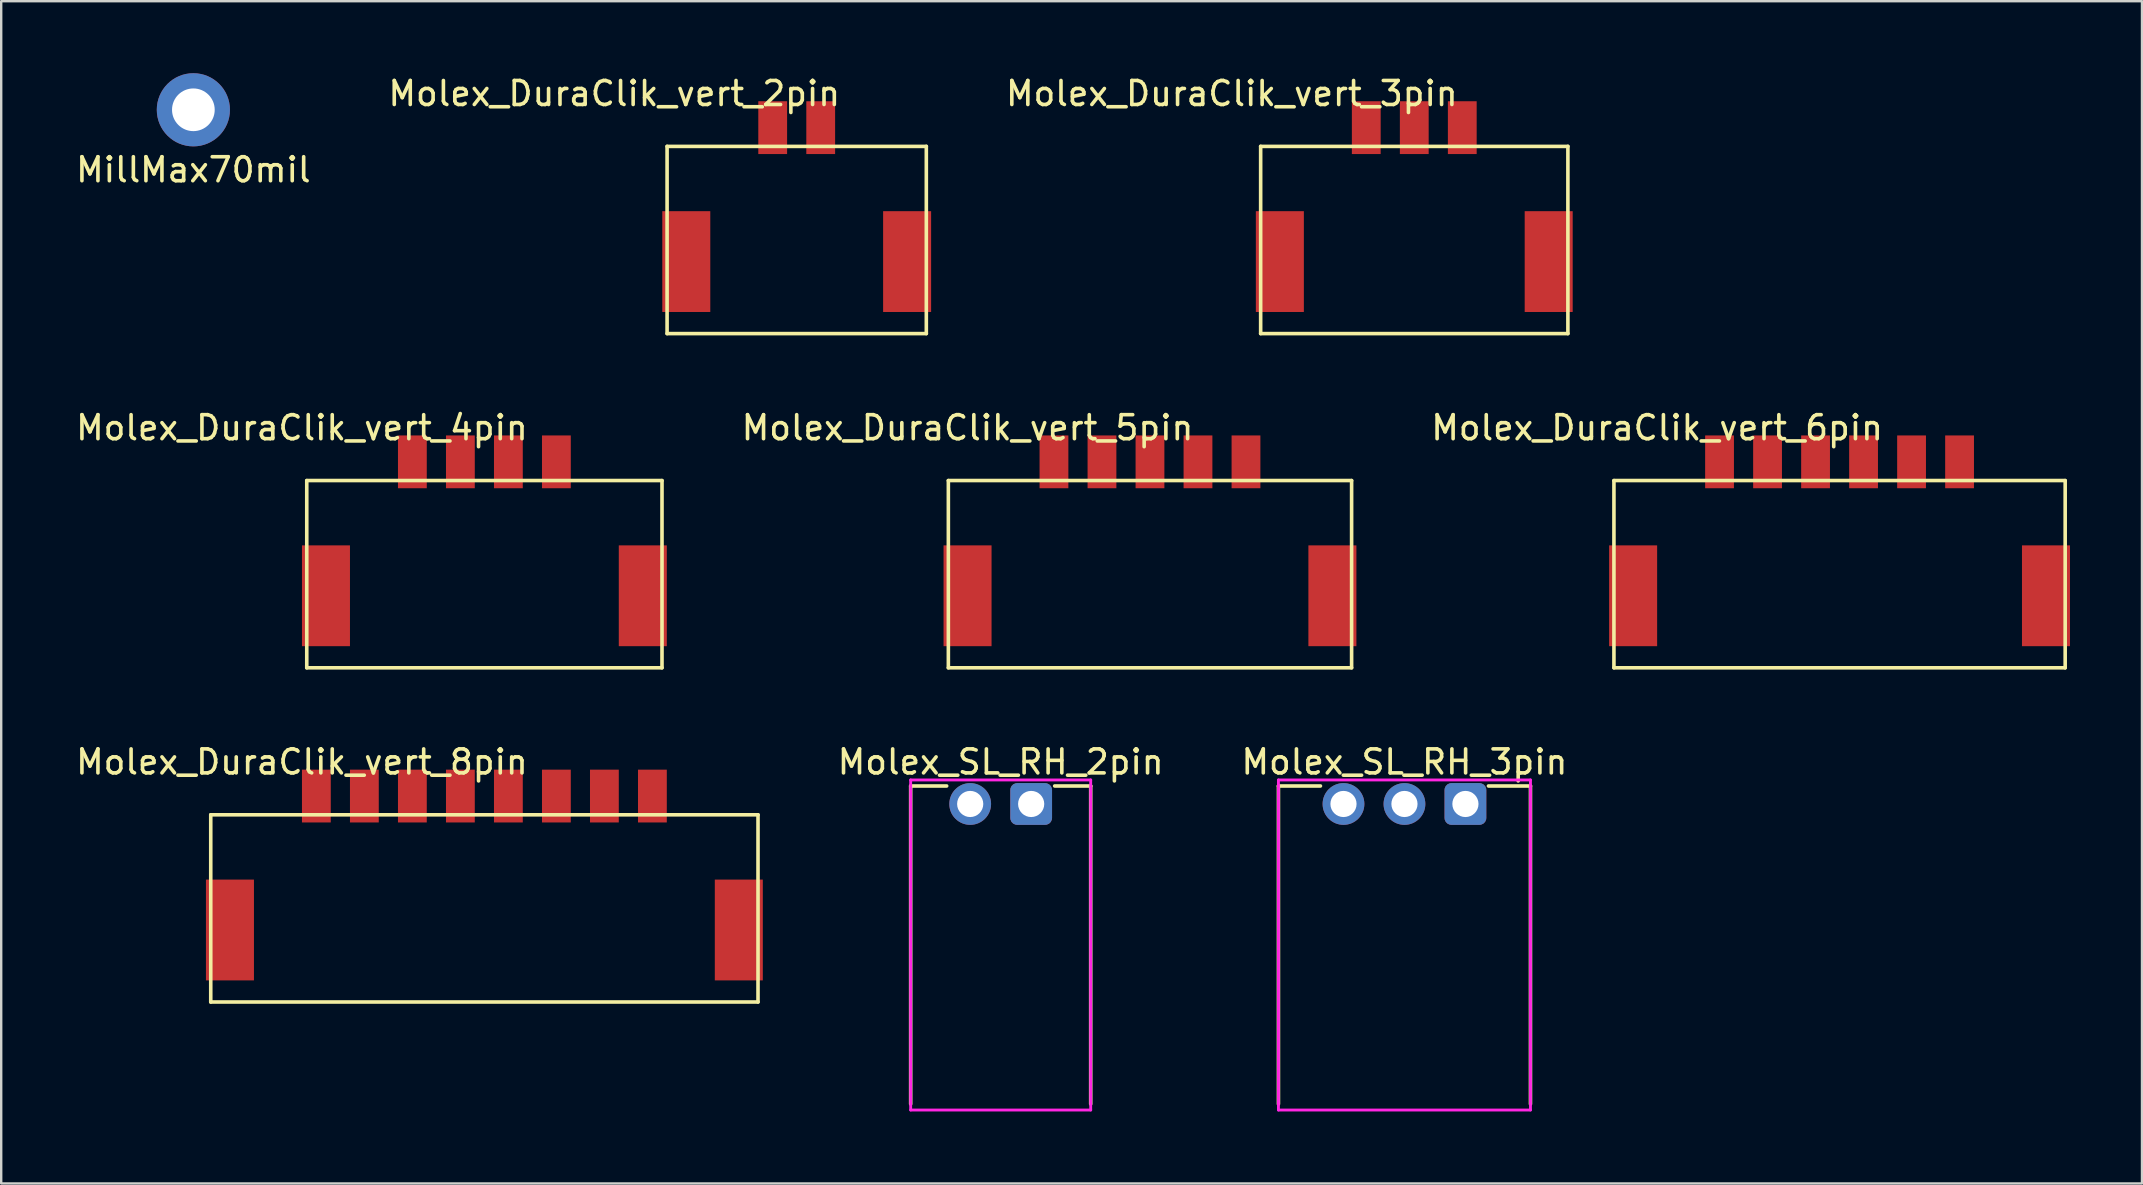
<source format=kicad_pcb>
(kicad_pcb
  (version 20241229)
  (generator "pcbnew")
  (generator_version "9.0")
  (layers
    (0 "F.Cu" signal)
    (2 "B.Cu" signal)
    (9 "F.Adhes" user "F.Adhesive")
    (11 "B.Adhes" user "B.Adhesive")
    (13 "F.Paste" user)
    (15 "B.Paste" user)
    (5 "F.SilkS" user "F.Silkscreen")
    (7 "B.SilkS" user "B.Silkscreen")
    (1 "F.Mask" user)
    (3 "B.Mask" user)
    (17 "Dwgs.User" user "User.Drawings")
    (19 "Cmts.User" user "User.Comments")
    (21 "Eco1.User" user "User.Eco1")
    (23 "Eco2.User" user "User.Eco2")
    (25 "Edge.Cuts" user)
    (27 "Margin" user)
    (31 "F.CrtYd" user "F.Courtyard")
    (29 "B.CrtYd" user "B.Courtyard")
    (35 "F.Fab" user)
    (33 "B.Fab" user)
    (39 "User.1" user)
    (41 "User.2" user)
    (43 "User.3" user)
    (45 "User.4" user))
  (footprint "MillMax70mil"
    (layer "F.Cu")
    (at 5.006 1.524)
    (property "Reference" "MillMax70mil" (at 0 2.5 0) (layer "F.SilkS") (effects (font (size 1 1) (thickness 0.15))))
    (attr through_hole)
    (pad "1" thru_hole circle (at 0 0) (size 3.048 3.048) (drill 1.778) (layers "*.Cu" "*.Mask")))
  (footprint "Molex_SL_RH_2pin"
    (layer "F.Cu")
    (at 38.64 30.445)
    (property "Reference" "Molex_SL_RH_2pin" (at 0 -1.75 0) (layer "F.SilkS") (effects (font (size 1 1) (thickness 0.15))))
    (attr through_hole)
    (fp_line (start -3.75 -0.75) (end -3.75 12.5) (stroke (width 0.15) (type solid)) (layer "F.SilkS"))
    (fp_line (start -2.25 -0.75) (end -3.75 -0.75) (stroke (width 0.15) (type solid)) (layer "F.SilkS"))
    (fp_line (start 2.25 -0.75) (end 3.75 -0.75) (stroke (width 0.15) (type solid)) (layer "F.SilkS"))
    (fp_line (start 3.75 -0.75) (end 3.75 12.5) (stroke (width 0.15) (type solid)) (layer "F.SilkS"))
    (fp_line (start -3.75 -1) (end -3.75 12.75) (stroke (width 0.12) (type solid)) (layer "F.CrtYd"))
    (fp_line (start -3.75 12.75) (end 3.75 12.75) (stroke (width 0.12) (type solid)) (layer "F.CrtYd"))
    (fp_line (start 3.75 -1) (end -3.75 -1) (stroke (width 0.12) (type solid)) (layer "F.CrtYd"))
    (fp_line (start 3.75 12.75) (end 3.75 -1) (stroke (width 0.12) (type solid)) (layer "F.CrtYd"))
    (pad "1" thru_hole roundrect (at 1.27 0) (size 1.74 1.74) (drill 1.09) (layers "*.Cu" "*.Mask") (roundrect_rratio 0.164))
    (pad "2" thru_hole circle (at -1.27 0) (size 1.74 1.74) (drill 1.09) (layers "*.Cu" "*.Mask")))
  (footprint "Molex_DuraClik_vert_2pin"
    (layer "F.Cu")
    (at 30.142 7.848)
    (property "Reference" "Molex_DuraClik_vert_2pin" (at -7.6 -7 0) (layer "F.SilkS") (effects (font (size 1 1) (thickness 0.15))))
    (attr through_hole)
    (fp_line (start -5.4 -4.8) (end -5.4 3) (stroke (width 0.15) (type solid)) (layer "F.SilkS"))
    (fp_line (start -5.4 3) (end 5.4 3) (stroke (width 0.15) (type solid)) (layer "F.SilkS"))
    (fp_line (start 5.4 -4.8) (end -5.4 -4.8) (stroke (width 0.15) (type solid)) (layer "F.SilkS"))
    (fp_line (start 5.4 3) (end 5.4 -4.8) (stroke (width 0.15) (type solid)) (layer "F.SilkS"))
    (pad "1" smd rect (at 1 -5.58) (size 1.2 2.2) (layers "F.Cu" "F.Mask" "F.Paste"))
    (pad "2" smd rect (at -1 -5.58) (size 1.2 2.2) (layers "F.Cu" "F.Mask" "F.Paste"))
    (pad "MP" smd rect (at -4.6 0) (size 2 4.2) (layers "F.Cu" "F.Mask" "F.Paste"))
    (pad "MP" smd rect (at 4.6 0) (size 2 4.2) (layers "F.Cu" "F.Mask" "F.Paste")))
  (footprint "Molex_DuraClik_vert_3pin"
    (layer "F.Cu")
    (at 55.871 7.848)
    (property "Reference" "Molex_DuraClik_vert_3pin" (at -7.6 -7 0) (layer "F.SilkS") (effects (font (size 1 1) (thickness 0.15))))
    (attr through_hole)
    (fp_line (start -6.4 -4.8) (end -6.4 3) (stroke (width 0.15) (type solid)) (layer "F.SilkS"))
    (fp_line (start -6.4 3) (end 6.4 3) (stroke (width 0.15) (type solid)) (layer "F.SilkS"))
    (fp_line (start 6.4 -4.8) (end -6.4 -4.8) (stroke (width 0.15) (type solid)) (layer "F.SilkS"))
    (fp_line (start 6.4 3) (end 6.4 -4.8) (stroke (width 0.15) (type solid)) (layer "F.SilkS"))
    (pad "1" smd rect (at 2 -5.58) (size 1.2 2.2) (layers "F.Cu" "F.Mask" "F.Paste"))
    (pad "2" smd rect (at 0 -5.58) (size 1.2 2.2) (layers "F.Cu" "F.Mask" "F.Paste"))
    (pad "3" smd rect (at -2 -5.58) (size 1.2 2.2) (layers "F.Cu" "F.Mask" "F.Paste"))
    (pad "MP" smd rect (at -5.6 0) (size 2 4.2) (layers "F.Cu" "F.Mask" "F.Paste"))
    (pad "MP" smd rect (at 5.6 0) (size 2 4.2) (layers "F.Cu" "F.Mask" "F.Paste")))
  (footprint "Molex_DuraClik_vert_6pin"
    (layer "F.Cu")
    (at 73.589 21.771)
    (property "Reference" "Molex_DuraClik_vert_6pin" (at -7.6 -7 0) (layer "F.SilkS") (effects (font (size 1 1) (thickness 0.15))))
    (attr through_hole)
    (fp_line (start -9.4 -4.8) (end -9.4 3) (stroke (width 0.15) (type solid)) (layer "F.SilkS"))
    (fp_line (start -9.4 3) (end 9.4 3) (stroke (width 0.15) (type solid)) (layer "F.SilkS"))
    (fp_line (start 9.4 -4.8) (end -9.4 -4.8) (stroke (width 0.15) (type solid)) (layer "F.SilkS"))
    (fp_line (start 9.4 3) (end 9.4 -4.8) (stroke (width 0.15) (type solid)) (layer "F.SilkS"))
    (pad "1" smd rect (at 5 -5.58) (size 1.2 2.2) (layers "F.Cu" "F.Mask" "F.Paste"))
    (pad "2" smd rect (at 3 -5.58) (size 1.2 2.2) (layers "F.Cu" "F.Mask" "F.Paste"))
    (pad "3" smd rect (at 1 -5.58) (size 1.2 2.2) (layers "F.Cu" "F.Mask" "F.Paste"))
    (pad "4" smd rect (at -1 -5.58) (size 1.2 2.2) (layers "F.Cu" "F.Mask" "F.Paste"))
    (pad "5" smd rect (at -3 -5.58) (size 1.2 2.2) (layers "F.Cu" "F.Mask" "F.Paste"))
    (pad "6" smd rect (at -5 -5.58) (size 1.2 2.2) (layers "F.Cu" "F.Mask" "F.Paste"))
    (pad "MP" smd rect (at -8.6 0) (size 2 4.2) (layers "F.Cu" "F.Mask" "F.Paste"))
    (pad "MP" smd rect (at 8.6 0) (size 2 4.2) (layers "F.Cu" "F.Mask" "F.Paste")))
  (footprint "Molex_DuraClik_vert_8pin"
    (layer "F.Cu")
    (at 17.13 35.695)
    (property "Reference" "Molex_DuraClik_vert_8pin" (at -7.6 -7 0) (layer "F.SilkS") (effects (font (size 1 1) (thickness 0.15))))
    (attr through_hole)
    (fp_line (start -11.4 -4.8) (end -11.4 3) (stroke (width 0.15) (type solid)) (layer "F.SilkS"))
    (fp_line (start -11.4 3) (end 11.4 3) (stroke (width 0.15) (type solid)) (layer "F.SilkS"))
    (fp_line (start 11.4 -4.8) (end -11.4 -4.8) (stroke (width 0.15) (type solid)) (layer "F.SilkS"))
    (fp_line (start 11.4 3) (end 11.4 -4.8) (stroke (width 0.15) (type solid)) (layer "F.SilkS"))
    (pad "1" smd rect (at 7 -5.58) (size 1.2 2.2) (layers "F.Cu" "F.Mask" "F.Paste"))
    (pad "2" smd rect (at 5 -5.58) (size 1.2 2.2) (layers "F.Cu" "F.Mask" "F.Paste"))
    (pad "3" smd rect (at 3 -5.58) (size 1.2 2.2) (layers "F.Cu" "F.Mask" "F.Paste"))
    (pad "4" smd rect (at 1 -5.58) (size 1.2 2.2) (layers "F.Cu" "F.Mask" "F.Paste"))
    (pad "5" smd rect (at -1 -5.58) (size 1.2 2.2) (layers "F.Cu" "F.Mask" "F.Paste"))
    (pad "6" smd rect (at -3 -5.58) (size 1.2 2.2) (layers "F.Cu" "F.Mask" "F.Paste"))
    (pad "7" smd rect (at -5 -5.58) (size 1.2 2.2) (layers "F.Cu" "F.Mask" "F.Paste"))
    (pad "8" smd rect (at -7 -5.58) (size 1.2 2.2) (layers "F.Cu" "F.Mask" "F.Paste"))
    (pad "MP" smd rect (at -10.6 0) (size 2 4.2) (layers "F.Cu" "F.Mask" "F.Paste"))
    (pad "MP" smd rect (at 10.6 0) (size 2 4.2) (layers "F.Cu" "F.Mask" "F.Paste")))
  (footprint "Molex_SL_RH_3pin"
    (layer "F.Cu")
    (at 55.462 30.445)
    (property "Reference" "Molex_SL_RH_3pin" (at 0 -1.75 0) (layer "F.SilkS") (effects (font (size 1 1) (thickness 0.15))))
    (attr through_hole)
    (fp_line (start -5.25 -0.75) (end -5.25 12.5) (stroke (width 0.15) (type solid)) (layer "F.SilkS"))
    (fp_line (start -3.5 -0.75) (end -5.25 -0.75) (stroke (width 0.15) (type solid)) (layer "F.SilkS"))
    (fp_line (start 3.5 -0.75) (end 5.25 -0.75) (stroke (width 0.15) (type solid)) (layer "F.SilkS"))
    (fp_line (start 5.25 -0.75) (end 5.25 12.5) (stroke (width 0.15) (type solid)) (layer "F.SilkS"))
    (fp_line (start -5.25 -1) (end -5.25 12.75) (stroke (width 0.12) (type solid)) (layer "F.CrtYd"))
    (fp_line (start -5.25 12.75) (end 5.25 12.75) (stroke (width 0.12) (type solid)) (layer "F.CrtYd"))
    (fp_line (start 5.25 -1) (end -5.25 -1) (stroke (width 0.12) (type solid)) (layer "F.CrtYd"))
    (fp_line (start 5.25 12.75) (end 5.25 -1) (stroke (width 0.12) (type solid)) (layer "F.CrtYd"))
    (pad "1" thru_hole roundrect (at 2.54 0) (size 1.74 1.74) (drill 1.09) (layers "*.Cu" "*.Mask") (roundrect_rratio 0.164))
    (pad "2" thru_hole circle (at 0 0) (size 1.74 1.74) (drill 1.09) (layers "*.Cu" "*.Mask"))
    (pad "3" thru_hole circle (at -2.54 0) (size 1.74 1.74) (drill 1.09) (layers "*.Cu" "*.Mask")))
  (footprint "Molex_DuraClik_vert_4pin"
    (layer "F.Cu")
    (at 17.13 21.771)
    (property "Reference" "Molex_DuraClik_vert_4pin" (at -7.6 -7 0) (layer "F.SilkS") (effects (font (size 1 1) (thickness 0.15))))
    (attr through_hole)
    (fp_line (start -7.4 -4.8) (end -7.4 3) (stroke (width 0.15) (type solid)) (layer "F.SilkS"))
    (fp_line (start -7.4 3) (end 7.4 3) (stroke (width 0.15) (type solid)) (layer "F.SilkS"))
    (fp_line (start 7.4 -4.8) (end -7.4 -4.8) (stroke (width 0.15) (type solid)) (layer "F.SilkS"))
    (fp_line (start 7.4 3) (end 7.4 -4.8) (stroke (width 0.15) (type solid)) (layer "F.SilkS"))
    (pad "1" smd rect (at 3 -5.58) (size 1.2 2.2) (layers "F.Cu" "F.Mask" "F.Paste"))
    (pad "2" smd rect (at 1 -5.58) (size 1.2 2.2) (layers "F.Cu" "F.Mask" "F.Paste"))
    (pad "3" smd rect (at -1 -5.58) (size 1.2 2.2) (layers "F.Cu" "F.Mask" "F.Paste"))
    (pad "4" smd rect (at -3 -5.58) (size 1.2 2.2) (layers "F.Cu" "F.Mask" "F.Paste"))
    (pad "MP" smd rect (at -6.6 0) (size 2 4.2) (layers "F.Cu" "F.Mask" "F.Paste"))
    (pad "MP" smd rect (at 6.6 0) (size 2 4.2) (layers "F.Cu" "F.Mask" "F.Paste")))
  (footprint "Molex_DuraClik_vert_5pin"
    (layer "F.Cu")
    (at 44.86 21.771)
    (property "Reference" "Molex_DuraClik_vert_5pin" (at -7.6 -7 0) (layer "F.SilkS") (effects (font (size 1 1) (thickness 0.15))))
    (attr through_hole)
    (fp_line (start -8.4 -4.8) (end -8.4 3) (stroke (width 0.15) (type solid)) (layer "F.SilkS"))
    (fp_line (start -8.4 3) (end 8.4 3) (stroke (width 0.15) (type solid)) (layer "F.SilkS"))
    (fp_line (start 8.4 -4.8) (end -8.4 -4.8) (stroke (width 0.15) (type solid)) (layer "F.SilkS"))
    (fp_line (start 8.4 3) (end 8.4 -4.8) (stroke (width 0.15) (type solid)) (layer "F.SilkS"))
    (pad "1" smd rect (at 4 -5.58) (size 1.2 2.2) (layers "F.Cu" "F.Mask" "F.Paste"))
    (pad "2" smd rect (at 2 -5.58) (size 1.2 2.2) (layers "F.Cu" "F.Mask" "F.Paste"))
    (pad "3" smd rect (at 0 -5.58) (size 1.2 2.2) (layers "F.Cu" "F.Mask" "F.Paste"))
    (pad "4" smd rect (at -2 -5.58) (size 1.2 2.2) (layers "F.Cu" "F.Mask" "F.Paste"))
    (pad "5" smd rect (at -4 -5.58) (size 1.2 2.2) (layers "F.Cu" "F.Mask" "F.Paste"))
    (pad "MP" smd rect (at -7.6 0) (size 2 4.2) (layers "F.Cu" "F.Mask" "F.Paste"))
    (pad "MP" smd rect (at 7.6 0) (size 2 4.2) (layers "F.Cu" "F.Mask" "F.Paste")))
  (gr_rect
    (start -3 -3)
    (end 86.189 46.255)
    (stroke (width 0.1) (type default))
    (fill no)
    (layer "Edge.Cuts")))
</source>
